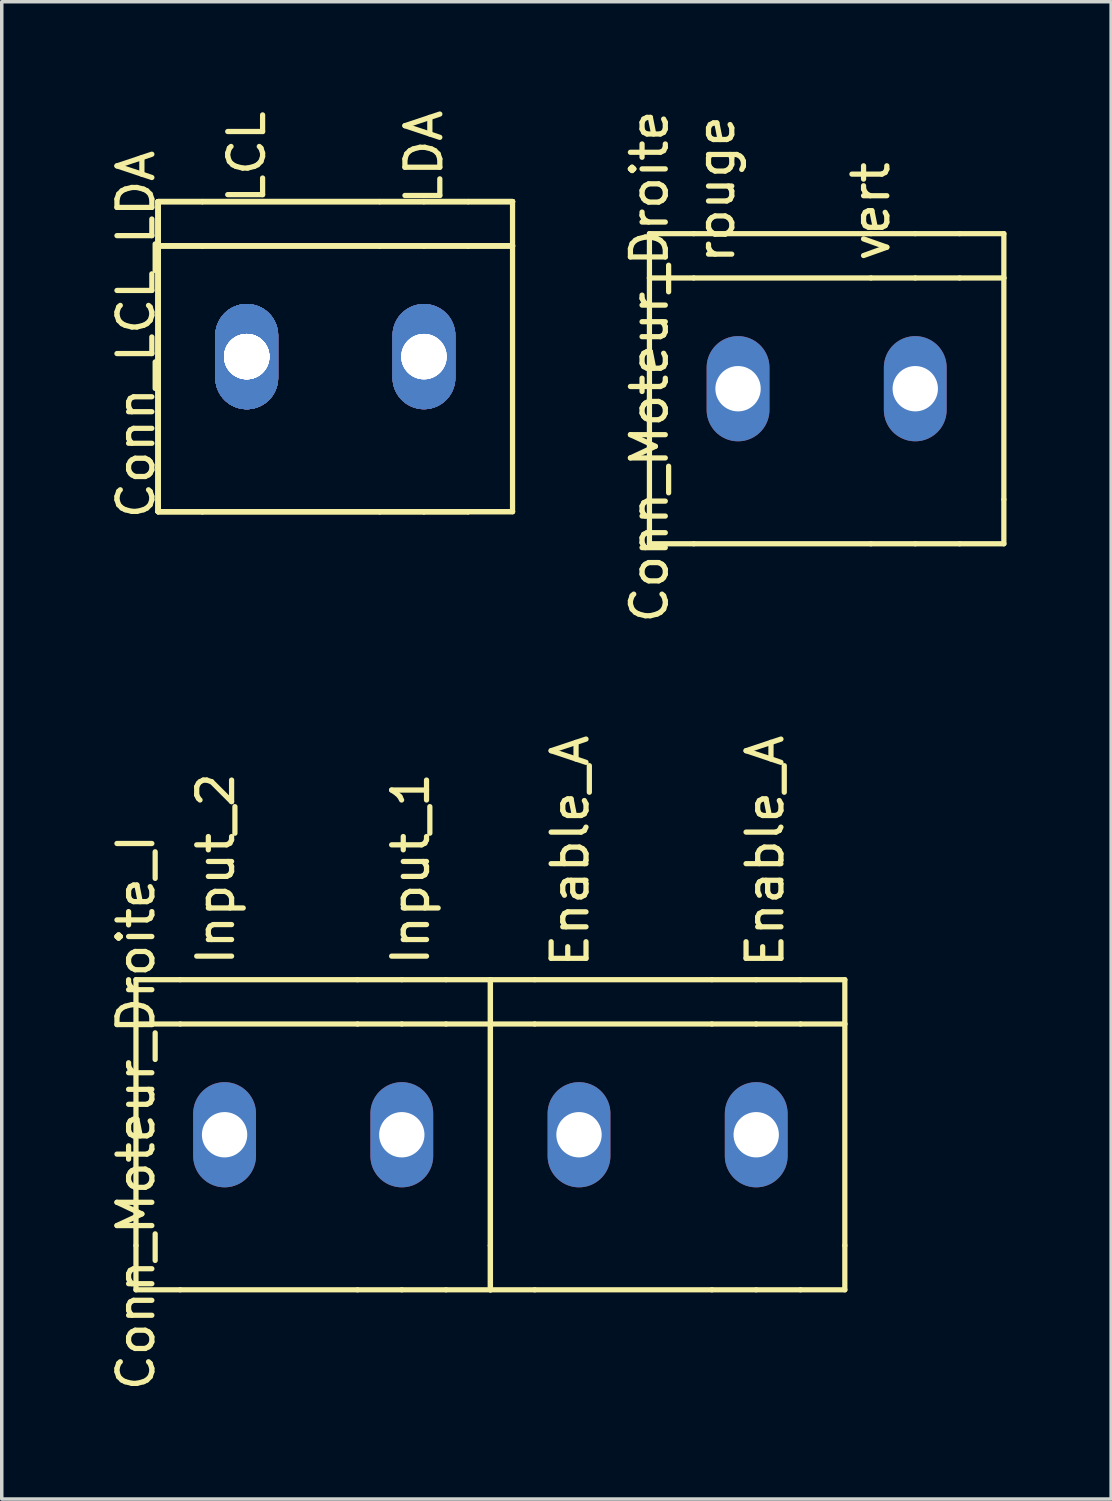
<source format=kicad_pcb>
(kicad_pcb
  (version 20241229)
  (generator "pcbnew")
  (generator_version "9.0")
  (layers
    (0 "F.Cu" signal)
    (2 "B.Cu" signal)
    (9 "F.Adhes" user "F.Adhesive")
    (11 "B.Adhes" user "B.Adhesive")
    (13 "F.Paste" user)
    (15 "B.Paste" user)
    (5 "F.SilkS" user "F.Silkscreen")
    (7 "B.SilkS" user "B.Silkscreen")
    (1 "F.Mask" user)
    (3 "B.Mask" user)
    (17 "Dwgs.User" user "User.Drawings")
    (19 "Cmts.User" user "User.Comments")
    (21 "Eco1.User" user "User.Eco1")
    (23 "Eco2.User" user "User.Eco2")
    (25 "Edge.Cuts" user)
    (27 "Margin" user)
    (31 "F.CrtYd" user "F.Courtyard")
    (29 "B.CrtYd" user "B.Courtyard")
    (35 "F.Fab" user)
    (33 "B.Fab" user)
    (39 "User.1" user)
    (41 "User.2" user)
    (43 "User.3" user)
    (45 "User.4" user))
  (footprint "Conn_Moteur_Droite_I"
    (layer "F.Cu")
    (at 4.658 29.479)
    (property "Reference" "Conn_Moteur_Droite_I" (at -3.81 -0.635 90) (layer "F.SilkS") (effects (font (size 1 1) (thickness 0.15))))
    (attr exclude_from_pos_files exclude_from_bom)
    (fp_line (start -3.81 -4.445) (end -2.54 -4.445) (stroke (width 0.15) (type solid)) (layer "F.SilkS"))
    (fp_line (start -3.81 -3.175) (end -3.81 -4.445) (stroke (width 0.15) (type solid)) (layer "F.SilkS"))
    (fp_line (start -3.81 -3.175) (end -3.81 3.175) (stroke (width 0.15) (type solid)) (layer "F.SilkS"))
    (fp_line (start -3.81 -3.175) (end -2.54 -3.175) (stroke (width 0.15) (type solid)) (layer "F.SilkS"))
    (fp_line (start -3.81 4.445) (end -3.81 3.175) (stroke (width 0.15) (type solid)) (layer "F.SilkS"))
    (fp_line (start -2.54 -4.445) (end 2.54 -4.445) (stroke (width 0.15) (type solid)) (layer "F.SilkS"))
    (fp_line (start -2.54 4.445) (end -3.81 4.445) (stroke (width 0.15) (type solid)) (layer "F.SilkS"))
    (fp_line (start 2.54 -4.445) (end 3.81 -4.445) (stroke (width 0.15) (type solid)) (layer "F.SilkS"))
    (fp_line (start 2.54 -3.175) (end -2.54 -3.175) (stroke (width 0.15) (type solid)) (layer "F.SilkS"))
    (fp_line (start 2.54 -3.175) (end 3.81 -3.175) (stroke (width 0.15) (type solid)) (layer "F.SilkS"))
    (fp_line (start 2.54 4.445) (end -2.54 4.445) (stroke (width 0.15) (type solid)) (layer "F.SilkS"))
    (fp_line (start 2.54 4.445) (end 3.81 4.445) (stroke (width 0.15) (type solid)) (layer "F.SilkS"))
    (fp_line (start 3.81 -4.445) (end 5.08 -4.445) (stroke (width 0.15) (type solid)) (layer "F.SilkS"))
    (fp_line (start 3.81 -3.175) (end 5.08 -3.175) (stroke (width 0.15) (type solid)) (layer "F.SilkS"))
    (fp_line (start 3.81 4.445) (end 5.08 4.445) (stroke (width 0.15) (type solid)) (layer "F.SilkS"))
    (fp_line (start 5.08 -4.445) (end 6.35 -4.445) (stroke (width 0.15) (type solid)) (layer "F.SilkS"))
    (fp_line (start 5.08 -3.175) (end 6.35 -3.175) (stroke (width 0.15) (type solid)) (layer "F.SilkS"))
    (fp_line (start 6.35 -4.445) (end 6.35 -3.175) (stroke (width 0.15) (type solid)) (layer "F.SilkS"))
    (fp_line (start 6.35 -4.445) (end 7.62 -4.445) (stroke (width 0.15) (type solid)) (layer "F.SilkS"))
    (fp_line (start 6.35 -3.175) (end 6.35 -4.445) (stroke (width 0.15) (type solid)) (layer "F.SilkS"))
    (fp_line (start 6.35 -3.175) (end 6.35 3.175) (stroke (width 0.15) (type solid)) (layer "F.SilkS"))
    (fp_line (start 6.35 -3.175) (end 6.35 3.175) (stroke (width 0.15) (type solid)) (layer "F.SilkS"))
    (fp_line (start 6.35 -3.175) (end 7.62 -3.175) (stroke (width 0.15) (type solid)) (layer "F.SilkS"))
    (fp_line (start 6.35 3.175) (end 6.35 4.445) (stroke (width 0.15) (type solid)) (layer "F.SilkS"))
    (fp_line (start 6.35 4.445) (end 5.08 4.445) (stroke (width 0.15) (type solid)) (layer "F.SilkS"))
    (fp_line (start 6.35 4.445) (end 6.35 3.175) (stroke (width 0.15) (type solid)) (layer "F.SilkS"))
    (fp_line (start 7.62 -4.445) (end 12.7 -4.445) (stroke (width 0.15) (type solid)) (layer "F.SilkS"))
    (fp_line (start 7.62 4.445) (end 6.35 4.445) (stroke (width 0.15) (type solid)) (layer "F.SilkS"))
    (fp_line (start 12.7 -4.445) (end 13.97 -4.445) (stroke (width 0.15) (type solid)) (layer "F.SilkS"))
    (fp_line (start 12.7 -3.175) (end 7.62 -3.175) (stroke (width 0.15) (type solid)) (layer "F.SilkS"))
    (fp_line (start 12.7 -3.175) (end 13.97 -3.175) (stroke (width 0.15) (type solid)) (layer "F.SilkS"))
    (fp_line (start 12.7 4.445) (end 7.62 4.445) (stroke (width 0.15) (type solid)) (layer "F.SilkS"))
    (fp_line (start 12.7 4.445) (end 13.97 4.445) (stroke (width 0.15) (type solid)) (layer "F.SilkS"))
    (fp_line (start 13.97 -4.445) (end 15.24 -4.445) (stroke (width 0.15) (type solid)) (layer "F.SilkS"))
    (fp_line (start 13.97 -3.175) (end 15.24 -3.175) (stroke (width 0.15) (type solid)) (layer "F.SilkS"))
    (fp_line (start 13.97 4.445) (end 15.24 4.445) (stroke (width 0.15) (type solid)) (layer "F.SilkS"))
    (fp_line (start 15.24 -4.445) (end 16.51 -4.445) (stroke (width 0.15) (type solid)) (layer "F.SilkS"))
    (fp_line (start 15.24 -3.175) (end 16.51 -3.175) (stroke (width 0.15) (type solid)) (layer "F.SilkS"))
    (fp_line (start 16.51 -4.445) (end 16.51 -3.175) (stroke (width 0.15) (type solid)) (layer "F.SilkS"))
    (fp_line (start 16.51 -3.175) (end 16.51 3.175) (stroke (width 0.15) (type solid)) (layer "F.SilkS"))
    (fp_line (start 16.51 3.175) (end 16.51 4.445) (stroke (width 0.15) (type solid)) (layer "F.SilkS"))
    (fp_line (start 16.51 4.445) (end 15.24 4.445) (stroke (width 0.15) (type solid)) (layer "F.SilkS"))
    (fp_text user "Input_2" (at -1.524 -7.62 90) (layer "F.SilkS") (effects (font (size 1 1) (thickness 0.15))))
    (fp_text user "Enable_A" (at 8.636 -8.128 90) (layer "F.SilkS") (effects (font (size 1 1) (thickness 0.15))))
    (fp_text user "Enable_A" (at 14.224 -8.128 90) (layer "F.SilkS") (effects (font (size 1 1) (thickness 0.15))))
    (fp_text user "Input_1" (at 4.064 -7.62 90) (layer "F.SilkS") (effects (font (size 1 1) (thickness 0.15))))
    (pad "1" thru_hole oval (at -1.27 0) (size 1.8 3.015) (drill 1.3) (layers "*.Cu" "*.Mask"))
    (pad "2" thru_hole oval (at 3.81 0) (size 1.8 3.015) (drill 1.3) (layers "*.Cu" "*.Mask"))
    (pad "3" thru_hole oval (at 8.89 0) (size 1.8 3.015) (drill 1.3) (layers "*.Cu" "*.Mask"))
    (pad "4" thru_hole oval (at 13.97 0) (size 1.8 3.015) (drill 1.3) (layers "*.Cu" "*.Mask")))
  (footprint "Conn_Moteur_Droite"
    (layer "F.Cu")
    (at 19.377 8.093)
    (property "Reference" "Conn_Moteur_Droite" (at -3.81 -0.635 90) (layer "F.SilkS") (effects (font (size 1 1) (thickness 0.15))))
    (attr exclude_from_pos_files exclude_from_bom)
    (fp_line (start -3.81 -3.175) (end -3.81 -4.445) (stroke (width 0.15) (type solid)) (layer "F.SilkS"))
    (fp_line (start -3.81 -3.175) (end -3.81 3.175) (stroke (width 0.15) (type solid)) (layer "F.SilkS"))
    (fp_line (start -3.81 3.175) (end -3.81 4.445) (stroke (width 0.15) (type solid)) (layer "F.SilkS"))
    (fp_line (start -3.81 4.445) (end -2.54 4.445) (stroke (width 0.15) (type solid)) (layer "F.SilkS"))
    (fp_line (start -2.54 -4.445) (end -3.81 -4.445) (stroke (width 0.15) (type solid)) (layer "F.SilkS"))
    (fp_line (start -2.54 -4.445) (end 2.54 -4.445) (stroke (width 0.15) (type solid)) (layer "F.SilkS"))
    (fp_line (start -2.54 -3.175) (end -3.81 -3.175) (stroke (width 0.15) (type solid)) (layer "F.SilkS"))
    (fp_line (start 2.54 -4.445) (end 3.81 -4.445) (stroke (width 0.15) (type solid)) (layer "F.SilkS"))
    (fp_line (start 2.54 -3.175) (end -2.54 -3.175) (stroke (width 0.15) (type solid)) (layer "F.SilkS"))
    (fp_line (start 2.54 -3.175) (end 3.81 -3.175) (stroke (width 0.15) (type solid)) (layer "F.SilkS"))
    (fp_line (start 2.54 4.445) (end -2.54 4.445) (stroke (width 0.15) (type solid)) (layer "F.SilkS"))
    (fp_line (start 2.54 4.445) (end 3.81 4.445) (stroke (width 0.15) (type solid)) (layer "F.SilkS"))
    (fp_line (start 3.81 -4.445) (end 5.08 -4.445) (stroke (width 0.15) (type solid)) (layer "F.SilkS"))
    (fp_line (start 3.81 -3.175) (end 5.08 -3.175) (stroke (width 0.15) (type solid)) (layer "F.SilkS"))
    (fp_line (start 3.81 4.445) (end 5.08 4.445) (stroke (width 0.15) (type solid)) (layer "F.SilkS"))
    (fp_line (start 5.08 -4.445) (end 6.35 -4.445) (stroke (width 0.15) (type solid)) (layer "F.SilkS"))
    (fp_line (start 5.08 -3.175) (end 6.35 -3.175) (stroke (width 0.15) (type solid)) (layer "F.SilkS"))
    (fp_line (start 5.08 4.445) (end 6.35 4.445) (stroke (width 0.15) (type solid)) (layer "F.SilkS"))
    (fp_line (start 6.35 -4.445) (end 6.35 -3.175) (stroke (width 0.15) (type solid)) (layer "F.SilkS"))
    (fp_line (start 6.35 -3.175) (end 6.35 3.175) (stroke (width 0.15) (type solid)) (layer "F.SilkS"))
    (fp_line (start 6.35 4.445) (end 6.35 3.175) (stroke (width 0.15) (type solid)) (layer "F.SilkS"))
    (fp_text user "rouge" (at -1.905 -5.715 90) (layer "F.SilkS") (effects (font (size 1 1) (thickness 0.15))))
    (fp_text user "vert" (at 2.54 -5.08 90) (layer "F.SilkS") (effects (font (size 1 1) (thickness 0.15))))
    (pad "1" thru_hole oval (at -1.27 0) (size 1.8 3.015) (drill 1.3) (layers "*.Cu" "*.Mask"))
    (pad "2" thru_hole oval (at 3.81 0) (size 1.8 3.015) (drill 1.3) (layers "*.Cu" "*.Mask")))
  (footprint "Conn_LCL_LDA"
    (layer "F.Cu")
    (at 6.563 7.173)
    (property "Reference" "Conn_LCL_LDA" (at -5.715 -0.635 90) (layer "F.SilkS") (effects (font (size 1 1) (thickness 0.15))))
    (attr exclude_from_pos_files exclude_from_bom)
    (fp_line (start -5.08 -4.445) (end -3.81 -4.445) (stroke (width 0.15) (type solid)) (layer "F.SilkS"))
    (fp_line (start -5.08 -4.445) (end -3.81 -4.445) (stroke (width 0.15) (type solid)) (layer "F.SilkS"))
    (fp_line (start -5.08 -4.445) (end -3.81 -4.445) (stroke (width 0.15) (type solid)) (layer "F.SilkS"))
    (fp_line (start -5.08 -4.445) (end -3.81 -4.445) (stroke (width 0.15) (type solid)) (layer "F.SilkS"))
    (fp_line (start -5.08 -3.175) (end -5.08 -4.445) (stroke (width 0.15) (type solid)) (layer "F.SilkS"))
    (fp_line (start -5.08 -3.175) (end -5.08 -4.445) (stroke (width 0.15) (type solid)) (layer "F.SilkS"))
    (fp_line (start -5.08 -3.175) (end -5.08 -4.445) (stroke (width 0.15) (type solid)) (layer "F.SilkS"))
    (fp_line (start -5.08 -3.175) (end -5.08 -4.445) (stroke (width 0.15) (type solid)) (layer "F.SilkS"))
    (fp_line (start -5.08 -3.175) (end -5.08 3.175) (stroke (width 0.15) (type solid)) (layer "F.SilkS"))
    (fp_line (start -5.08 -3.175) (end -5.08 3.175) (stroke (width 0.15) (type solid)) (layer "F.SilkS"))
    (fp_line (start -5.08 -3.175) (end -5.08 3.175) (stroke (width 0.15) (type solid)) (layer "F.SilkS"))
    (fp_line (start -5.08 -3.175) (end -5.08 3.175) (stroke (width 0.15) (type solid)) (layer "F.SilkS"))
    (fp_line (start -5.08 -3.175) (end -3.81 -3.175) (stroke (width 0.15) (type solid)) (layer "F.SilkS"))
    (fp_line (start -5.08 -3.175) (end -3.81 -3.175) (stroke (width 0.15) (type solid)) (layer "F.SilkS"))
    (fp_line (start -5.08 -3.175) (end -3.81 -3.175) (stroke (width 0.15) (type solid)) (layer "F.SilkS"))
    (fp_line (start -5.08 -3.175) (end -3.81 -3.175) (stroke (width 0.15) (type solid)) (layer "F.SilkS"))
    (fp_line (start -5.08 4.445) (end -5.08 3.175) (stroke (width 0.15) (type solid)) (layer "F.SilkS"))
    (fp_line (start -5.08 4.445) (end -5.08 3.175) (stroke (width 0.15) (type solid)) (layer "F.SilkS"))
    (fp_line (start -5.08 4.445) (end -5.08 3.175) (stroke (width 0.15) (type solid)) (layer "F.SilkS"))
    (fp_line (start -5.08 4.445) (end -5.08 3.175) (stroke (width 0.15) (type solid)) (layer "F.SilkS"))
    (fp_line (start -3.81 -4.445) (end 1.27 -4.445) (stroke (width 0.15) (type solid)) (layer "F.SilkS"))
    (fp_line (start -3.81 -4.445) (end 1.27 -4.445) (stroke (width 0.15) (type solid)) (layer "F.SilkS"))
    (fp_line (start -3.81 -4.445) (end 1.27 -4.445) (stroke (width 0.15) (type solid)) (layer "F.SilkS"))
    (fp_line (start -3.81 -4.445) (end 1.27 -4.445) (stroke (width 0.15) (type solid)) (layer "F.SilkS"))
    (fp_line (start -3.81 4.445) (end -5.08 4.445) (stroke (width 0.15) (type solid)) (layer "F.SilkS"))
    (fp_line (start -3.81 4.445) (end -5.08 4.445) (stroke (width 0.15) (type solid)) (layer "F.SilkS"))
    (fp_line (start -3.81 4.445) (end -5.08 4.445) (stroke (width 0.15) (type solid)) (layer "F.SilkS"))
    (fp_line (start -3.81 4.445) (end -5.08 4.445) (stroke (width 0.15) (type solid)) (layer "F.SilkS"))
    (fp_line (start 1.27 -4.445) (end 2.54 -4.445) (stroke (width 0.15) (type solid)) (layer "F.SilkS"))
    (fp_line (start 1.27 -4.445) (end 2.54 -4.445) (stroke (width 0.15) (type solid)) (layer "F.SilkS"))
    (fp_line (start 1.27 -4.445) (end 2.54 -4.445) (stroke (width 0.15) (type solid)) (layer "F.SilkS"))
    (fp_line (start 1.27 -4.445) (end 2.54 -4.445) (stroke (width 0.15) (type solid)) (layer "F.SilkS"))
    (fp_line (start 1.27 -3.175) (end -3.81 -3.175) (stroke (width 0.15) (type solid)) (layer "F.SilkS"))
    (fp_line (start 1.27 -3.175) (end -3.81 -3.175) (stroke (width 0.15) (type solid)) (layer "F.SilkS"))
    (fp_line (start 1.27 -3.175) (end -3.81 -3.175) (stroke (width 0.15) (type solid)) (layer "F.SilkS"))
    (fp_line (start 1.27 -3.175) (end -3.81 -3.175) (stroke (width 0.15) (type solid)) (layer "F.SilkS"))
    (fp_line (start 1.27 -3.175) (end 2.54 -3.175) (stroke (width 0.15) (type solid)) (layer "F.SilkS"))
    (fp_line (start 1.27 -3.175) (end 2.54 -3.175) (stroke (width 0.15) (type solid)) (layer "F.SilkS"))
    (fp_line (start 1.27 -3.175) (end 2.54 -3.175) (stroke (width 0.15) (type solid)) (layer "F.SilkS"))
    (fp_line (start 1.27 -3.175) (end 2.54 -3.175) (stroke (width 0.15) (type solid)) (layer "F.SilkS"))
    (fp_line (start 1.27 4.445) (end -3.81 4.445) (stroke (width 0.15) (type solid)) (layer "F.SilkS"))
    (fp_line (start 1.27 4.445) (end -3.81 4.445) (stroke (width 0.15) (type solid)) (layer "F.SilkS"))
    (fp_line (start 1.27 4.445) (end -3.81 4.445) (stroke (width 0.15) (type solid)) (layer "F.SilkS"))
    (fp_line (start 1.27 4.445) (end -3.81 4.445) (stroke (width 0.15) (type solid)) (layer "F.SilkS"))
    (fp_line (start 1.27 4.445) (end 2.54 4.445) (stroke (width 0.15) (type solid)) (layer "F.SilkS"))
    (fp_line (start 1.27 4.445) (end 2.54 4.445) (stroke (width 0.15) (type solid)) (layer "F.SilkS"))
    (fp_line (start 1.27 4.445) (end 2.54 4.445) (stroke (width 0.15) (type solid)) (layer "F.SilkS"))
    (fp_line (start 1.27 4.445) (end 2.54 4.445) (stroke (width 0.15) (type solid)) (layer "F.SilkS"))
    (fp_line (start 2.54 -4.445) (end 3.81 -4.445) (stroke (width 0.15) (type solid)) (layer "F.SilkS"))
    (fp_line (start 2.54 -4.445) (end 3.81 -4.445) (stroke (width 0.15) (type solid)) (layer "F.SilkS"))
    (fp_line (start 2.54 -4.445) (end 3.81 -4.445) (stroke (width 0.15) (type solid)) (layer "F.SilkS"))
    (fp_line (start 2.54 -4.445) (end 3.81 -4.445) (stroke (width 0.15) (type solid)) (layer "F.SilkS"))
    (fp_line (start 2.54 -3.175) (end 3.81 -3.175) (stroke (width 0.15) (type solid)) (layer "F.SilkS"))
    (fp_line (start 2.54 -3.175) (end 3.81 -3.175) (stroke (width 0.15) (type solid)) (layer "F.SilkS"))
    (fp_line (start 2.54 -3.175) (end 3.81 -3.175) (stroke (width 0.15) (type solid)) (layer "F.SilkS"))
    (fp_line (start 2.54 -3.175) (end 3.81 -3.175) (stroke (width 0.15) (type solid)) (layer "F.SilkS"))
    (fp_line (start 2.54 4.445) (end 3.81 4.445) (stroke (width 0.15) (type solid)) (layer "F.SilkS"))
    (fp_line (start 2.54 4.445) (end 3.81 4.445) (stroke (width 0.15) (type solid)) (layer "F.SilkS"))
    (fp_line (start 2.54 4.445) (end 3.81 4.445) (stroke (width 0.15) (type solid)) (layer "F.SilkS"))
    (fp_line (start 2.54 4.445) (end 3.81 4.445) (stroke (width 0.15) (type solid)) (layer "F.SilkS"))
    (fp_line (start 3.81 -4.445) (end 5.08 -4.445) (stroke (width 0.15) (type solid)) (layer "F.SilkS"))
    (fp_line (start 3.81 -4.445) (end 5.08 -4.445) (stroke (width 0.15) (type solid)) (layer "F.SilkS"))
    (fp_line (start 3.81 -4.445) (end 5.08 -4.445) (stroke (width 0.15) (type solid)) (layer "F.SilkS"))
    (fp_line (start 3.81 -4.445) (end 5.08 -4.445) (stroke (width 0.15) (type solid)) (layer "F.SilkS"))
    (fp_line (start 3.81 -3.175) (end 5.08 -3.175) (stroke (width 0.15) (type solid)) (layer "F.SilkS"))
    (fp_line (start 3.81 -3.175) (end 5.08 -3.175) (stroke (width 0.15) (type solid)) (layer "F.SilkS"))
    (fp_line (start 3.81 -3.175) (end 5.08 -3.175) (stroke (width 0.15) (type solid)) (layer "F.SilkS"))
    (fp_line (start 3.81 -3.175) (end 5.08 -3.175) (stroke (width 0.15) (type solid)) (layer "F.SilkS"))
    (fp_line (start 5.08 -4.445) (end 5.08 4.445) (stroke (width 0.15) (type solid)) (layer "F.SilkS"))
    (fp_line (start 5.08 4.445) (end 3.81 4.445) (stroke (width 0.15) (type solid)) (layer "F.SilkS"))
    (fp_line (start 5.08 4.445) (end 3.81 4.445) (stroke (width 0.15) (type solid)) (layer "F.SilkS"))
    (fp_text user "LCL" (at -2.54 -5.715 90) (layer "F.SilkS") (effects (font (size 1 1) (thickness 0.15))))
    (fp_text user "LDA" (at 2.54 -5.715 90) (layer "F.SilkS") (effects (font (size 1 1) (thickness 0.15))))
    (pad "1" thru_hole oval (at -2.54 0) (size 1.8 3.015) (drill 1.3) (layers "*.Cu" "*.Mask"))
    (pad "1" thru_hole oval (at -2.54 0) (size 1.8 3.015) (drill 1.3) (layers "*.Cu" "*.Mask"))
    (pad "1" thru_hole oval (at -2.54 0) (size 1.8 3.015) (drill 1.3) (layers "*.Cu" "*.Mask"))
    (pad "1" thru_hole oval (at -2.54 0) (size 1.8 3.015) (drill 1.3) (layers "*.Cu" "*.Mask"))
    (pad "1" thru_hole oval (at -2.54 0) (size 1.8 3.015) (drill 1.3) (layers "*.Cu" "*.Mask"))
    (pad "1" thru_hole oval (at -2.54 0) (size 1.8 3.015) (drill 1.3) (layers "*.Cu" "*.Mask"))
    (pad "1" thru_hole oval (at -2.54 0) (size 1.8 3.015) (drill 1.3) (layers "*.Cu" "*.Mask"))
    (pad "1" thru_hole oval (at -2.54 0) (size 1.8 3.015) (drill 1.3) (layers "*.Cu" "*.Mask"))
    (pad "2" thru_hole oval (at 2.54 0) (size 1.8 3.015) (drill 1.3) (layers "*.Cu" "*.Mask"))
    (pad "2" thru_hole oval (at 2.54 0) (size 1.8 3.015) (drill 1.3) (layers "*.Cu" "*.Mask"))
    (pad "2" thru_hole oval (at 2.54 0) (size 1.8 3.015) (drill 1.3) (layers "*.Cu" "*.Mask"))
    (pad "2" thru_hole oval (at 2.54 0) (size 1.8 3.015) (drill 1.3) (layers "*.Cu" "*.Mask")))
  (gr_rect
    (start -3 -3)
    (end 28.802 39.922)
    (stroke (width 0.1) (type default))
    (fill no)
    (layer "Edge.Cuts")))
</source>
